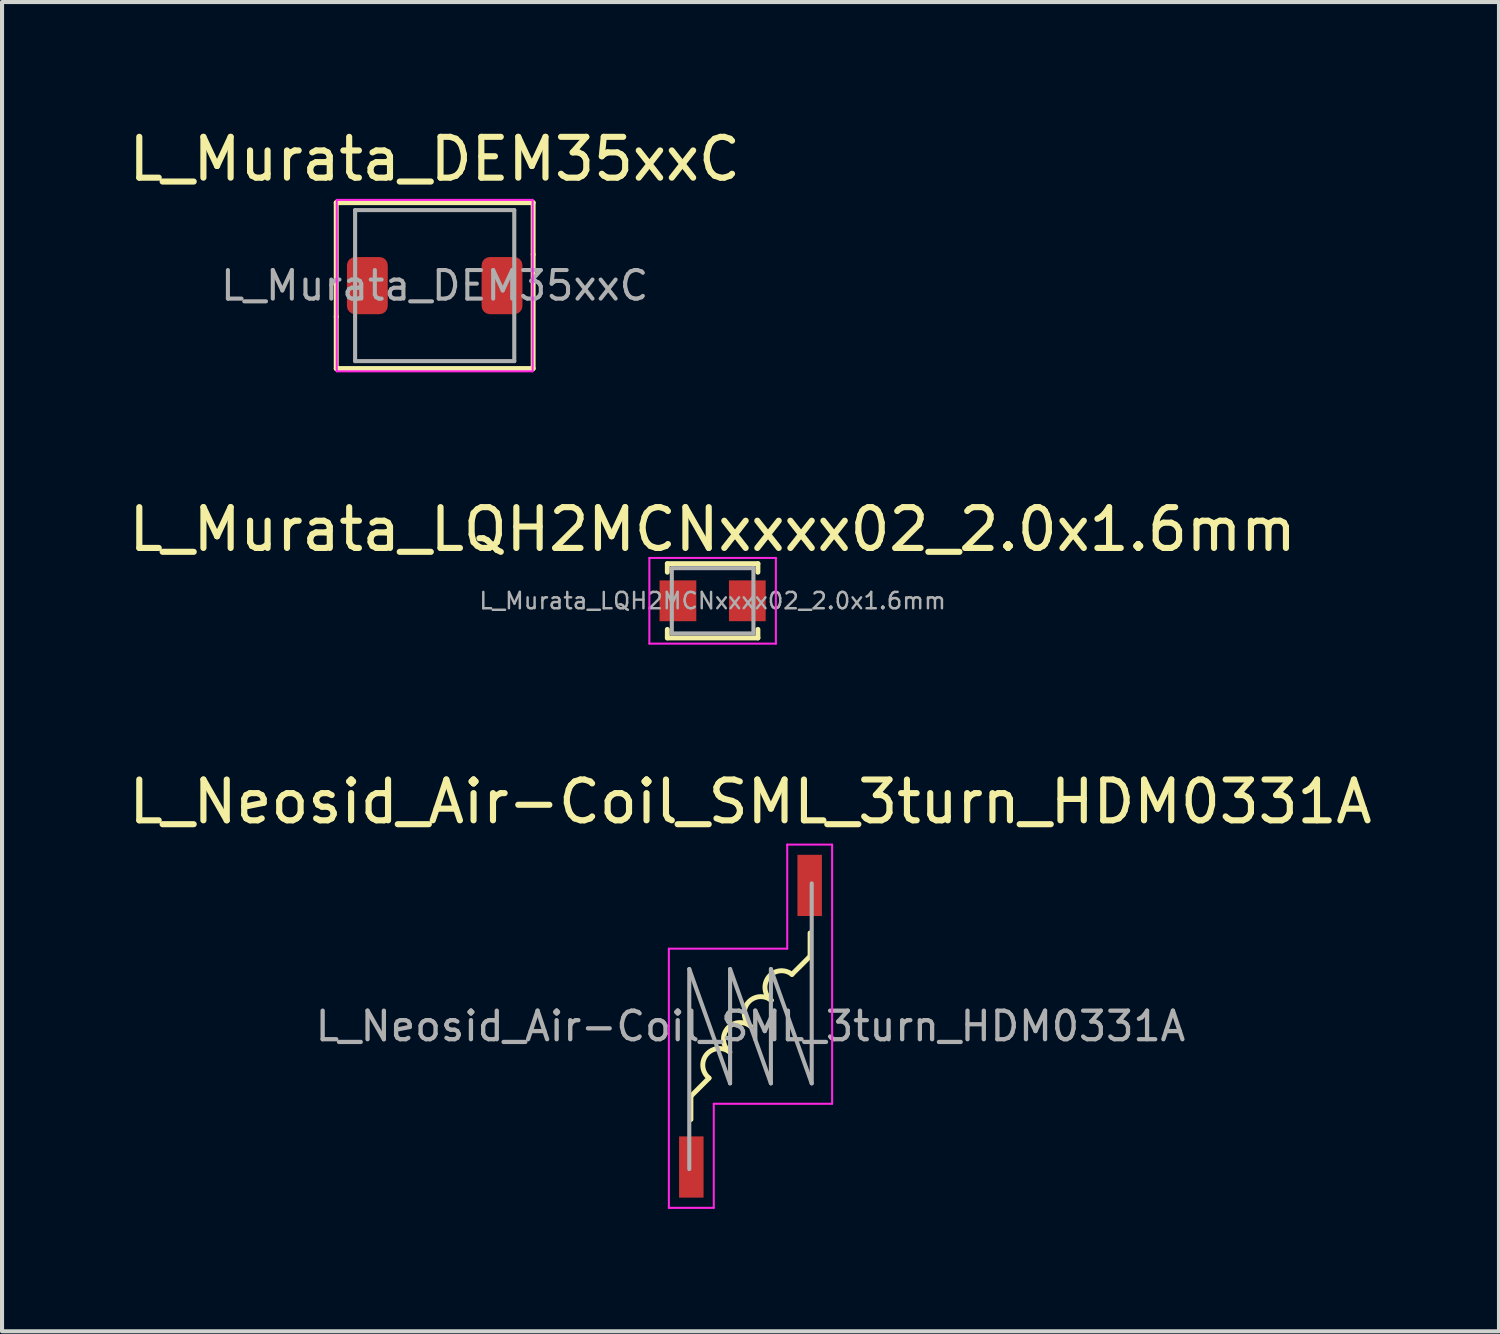
<source format=kicad_pcb>
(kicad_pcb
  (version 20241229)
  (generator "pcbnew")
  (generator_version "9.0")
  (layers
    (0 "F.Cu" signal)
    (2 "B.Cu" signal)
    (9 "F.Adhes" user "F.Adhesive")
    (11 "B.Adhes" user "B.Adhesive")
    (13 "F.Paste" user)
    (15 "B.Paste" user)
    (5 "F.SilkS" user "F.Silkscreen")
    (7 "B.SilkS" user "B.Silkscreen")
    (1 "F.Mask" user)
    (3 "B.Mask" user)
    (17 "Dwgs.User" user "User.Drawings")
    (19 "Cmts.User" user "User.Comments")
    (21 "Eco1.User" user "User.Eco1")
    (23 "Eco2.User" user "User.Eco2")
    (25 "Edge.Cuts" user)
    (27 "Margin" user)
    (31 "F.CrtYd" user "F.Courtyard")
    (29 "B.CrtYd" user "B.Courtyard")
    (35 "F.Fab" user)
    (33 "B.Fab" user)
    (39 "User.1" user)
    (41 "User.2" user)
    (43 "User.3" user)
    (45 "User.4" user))
  (footprint "L_Murata_DEM35xxC"
    (layer "F.Cu")
    (at 7.601 3.948)
    (property "Reference" "L_Murata_DEM35xxC" (at 0 -3.1 0) (layer "F.SilkS") (effects (font (size 1 1) (thickness 0.15))))
    (attr smd)
    (fp_line (start -2.413 -2.032) (end 2.413 -2.032) (stroke (width 0.12) (type solid)) (layer "F.SilkS"))
    (fp_line (start -2.413 0.762) (end -2.413 -2.032) (stroke (width 0.12) (type solid)) (layer "F.SilkS"))
    (fp_line (start -2.413 2.032) (end -2.413 0.762) (stroke (width 0.12) (type solid)) (layer "F.SilkS"))
    (fp_line (start 2.413 -2.032) (end 2.413 -0.762) (stroke (width 0.12) (type solid)) (layer "F.SilkS"))
    (fp_line (start 2.413 -0.762) (end 2.413 2.032) (stroke (width 0.12) (type solid)) (layer "F.SilkS"))
    (fp_line (start 2.413 2.032) (end -2.413 2.032) (stroke (width 0.12) (type solid)) (layer "F.SilkS"))
    (fp_line (start -2.4 -2.1) (end -2.4 2.1) (stroke (width 0.05) (type solid)) (layer "F.CrtYd"))
    (fp_line (start -2.4 2.1) (end 2.4 2.1) (stroke (width 0.05) (type solid)) (layer "F.CrtYd"))
    (fp_line (start 2.4 -2.1) (end -2.4 -2.1) (stroke (width 0.05) (type solid)) (layer "F.CrtYd"))
    (fp_line (start 2.4 2.1) (end 2.4 -2.1) (stroke (width 0.05) (type solid)) (layer "F.CrtYd"))
    (fp_line (start -1.95 -1.85) (end 1.95 -1.85) (stroke (width 0.1) (type solid)) (layer "F.Fab"))
    (fp_line (start -1.95 1.85) (end -1.95 -1.85) (stroke (width 0.1) (type solid)) (layer "F.Fab"))
    (fp_line (start 1.95 -1.85) (end 1.95 1.85) (stroke (width 0.1) (type solid)) (layer "F.Fab"))
    (fp_line (start 1.95 1.85) (end -1.95 1.85) (stroke (width 0.1) (type solid)) (layer "F.Fab"))
    (fp_text user "${REFERENCE}" (at 0 0 0) (layer "F.Fab") (effects (font (size 0.7 0.7) (thickness 0.1))))
    (pad "1" smd roundrect (at -1.65 0) (size 1 1.4) (layers "F.Cu" "F.Mask" "F.Paste") (roundrect_rratio 0.2))
    (pad "2" smd roundrect (at 1.65 0) (size 1 1.4) (layers "F.Cu" "F.Mask" "F.Paste") (roundrect_rratio 0.2)))
  (footprint "L_Neosid_Air-Coil_SML_3turn_HDM0331A"
    (layer "F.Cu")
    (at 15.339 22.095)
    (property "Reference" "L_Neosid_Air-Coil_SML_3turn_HDM0331A" (at 0 -5.5 0) (layer "F.SilkS") (effects (font (size 1 1) (thickness 0.15))))
    (attr smd)
    (fp_line (start -1.46 1.714) (end -1.016 1.27) (stroke (width 0.12) (type solid)) (layer "F.SilkS"))
    (fp_line (start -1.46 2.286) (end -1.46 1.714) (stroke (width 0.12) (type solid)) (layer "F.SilkS"))
    (fp_line (start 1.016 -1.27) (end 1.46 -1.714) (stroke (width 0.12) (type solid)) (layer "F.SilkS"))
    (fp_line (start 1.46 -1.714) (end 1.46 -2.286) (stroke (width 0.12) (type solid)) (layer "F.SilkS"))
    (fp_arc (start -1.015998 1.269998) (mid -1.079498 0.6985) (end -0.508 0.635) (stroke (width 0.12) (type solid)) (layer "F.SilkS"))
    (fp_arc (start -0.507998 0.634998) (mid -0.571498 0.0635) (end 0 0) (stroke (width 0.12) (type solid)) (layer "F.SilkS"))
    (fp_arc (start 0.000002 -0.000002) (mid -0.063498 -0.5715) (end 0.508 -0.635) (stroke (width 0.12) (type solid)) (layer "F.SilkS"))
    (fp_arc (start 0.508002 -0.635002) (mid 0.444502 -1.2065) (end 1.016 -1.27) (stroke (width 0.12) (type solid)) (layer "F.SilkS"))
    (fp_line (start -2 -1.9) (end -2 4.45) (stroke (width 0.05) (type solid)) (layer "F.CrtYd"))
    (fp_line (start -2 4.45) (end -0.9 4.45) (stroke (width 0.05) (type solid)) (layer "F.CrtYd"))
    (fp_line (start -0.9 1.9) (end 2 1.9) (stroke (width 0.05) (type solid)) (layer "F.CrtYd"))
    (fp_line (start -0.9 4.45) (end -0.9 1.9) (stroke (width 0.05) (type solid)) (layer "F.CrtYd"))
    (fp_line (start 0.9 -4.45) (end 0.9 -1.9) (stroke (width 0.05) (type solid)) (layer "F.CrtYd"))
    (fp_line (start 0.9 -1.9) (end -2 -1.9) (stroke (width 0.05) (type solid)) (layer "F.CrtYd"))
    (fp_line (start 2 -4.45) (end 0.9 -4.45) (stroke (width 0.05) (type solid)) (layer "F.CrtYd"))
    (fp_line (start 2 1.9) (end 2 -4.45) (stroke (width 0.05) (type solid)) (layer "F.CrtYd"))
    (fp_line (start -1.5 -1.4) (end -0.5 1.4) (stroke (width 0.1) (type solid)) (layer "F.Fab"))
    (fp_line (start -1.5 3.5) (end -1.5 -1.4) (stroke (width 0.1) (type solid)) (layer "F.Fab"))
    (fp_line (start -0.5 -1.4) (end 0.5 1.4) (stroke (width 0.1) (type solid)) (layer "F.Fab"))
    (fp_line (start -0.5 1.4) (end -0.5 -1.4) (stroke (width 0.1) (type solid)) (layer "F.Fab"))
    (fp_line (start 0.5 -1.4) (end 1.5 1.4) (stroke (width 0.1) (type solid)) (layer "F.Fab"))
    (fp_line (start 0.5 1.4) (end 0.5 -1.4) (stroke (width 0.1) (type solid)) (layer "F.Fab"))
    (fp_line (start 1.5 1.4) (end 1.5 -3.5) (stroke (width 0.1) (type solid)) (layer "F.Fab"))
    (fp_text user "${REFERENCE}" (at 0 0 0) (layer "F.Fab") (effects (font (size 0.7 0.7) (thickness 0.105))))
    (pad "1" smd rect (at -1.45 3.45) (size 0.6 1.5) (layers "F.Cu" "F.Mask" "F.Paste"))
    (pad "2" smd rect (at 1.45 -3.45) (size 0.6 1.5) (layers "F.Cu" "F.Mask" "F.Paste")))
  (footprint "L_Murata_LQH2MCNxxxx02_2.0x1.6mm"
    (layer "F.Cu")
    (at 14.411 11.671)
    (property "Reference" "L_Murata_LQH2MCNxxxx02_2.0x1.6mm" (at 0 -1.75 0) (layer "F.SilkS") (effects (font (size 1 1) (thickness 0.15))))
    (attr smd)
    (fp_line (start -1.11 -0.91) (end 1.11 -0.91) (stroke (width 0.12) (type solid)) (layer "F.SilkS"))
    (fp_line (start -1.11 -0.7) (end -1.11 -0.91) (stroke (width 0.12) (type solid)) (layer "F.SilkS"))
    (fp_line (start -1.11 0.91) (end -1.11 0.7) (stroke (width 0.12) (type solid)) (layer "F.SilkS"))
    (fp_line (start 1.11 -0.7) (end 1.11 -0.91) (stroke (width 0.12) (type solid)) (layer "F.SilkS"))
    (fp_line (start 1.11 0.7) (end 1.11 0.91) (stroke (width 0.12) (type solid)) (layer "F.SilkS"))
    (fp_line (start 1.11 0.91) (end -1.11 0.91) (stroke (width 0.12) (type solid)) (layer "F.SilkS"))
    (fp_line (start -1.55 -1.05) (end 1.55 -1.05) (stroke (width 0.05) (type solid)) (layer "F.CrtYd"))
    (fp_line (start -1.55 1.05) (end -1.55 -1.05) (stroke (width 0.05) (type solid)) (layer "F.CrtYd"))
    (fp_line (start 1.55 -1.05) (end 1.55 1.05) (stroke (width 0.05) (type solid)) (layer "F.CrtYd"))
    (fp_line (start 1.55 1.05) (end -1.55 1.05) (stroke (width 0.05) (type solid)) (layer "F.CrtYd"))
    (fp_line (start -1 -0.8) (end 1 -0.8) (stroke (width 0.1) (type solid)) (layer "F.Fab"))
    (fp_line (start -1 0.8) (end -1 -0.8) (stroke (width 0.1) (type solid)) (layer "F.Fab"))
    (fp_line (start 1 -0.8) (end 1 0.8) (stroke (width 0.1) (type solid)) (layer "F.Fab"))
    (fp_line (start 1 0.8) (end -1 0.8) (stroke (width 0.1) (type solid)) (layer "F.Fab"))
    (fp_text user "${REFERENCE}" (at 0 0 0) (layer "F.Fab") (effects (font (size 0.4 0.4) (thickness 0.06))))
    (pad "1" smd rect (at -0.85 0) (size 0.9 1) (layers "F.Cu" "F.Mask" "F.Paste"))
    (pad "2" smd rect (at 0.85 0) (size 0.9 1) (layers "F.Cu" "F.Mask" "F.Paste")))
  (gr_rect
    (start -3 -3)
    (end 33.679 29.57)
    (stroke (width 0.1) (type default))
    (fill no)
    (layer "Edge.Cuts")))
</source>
